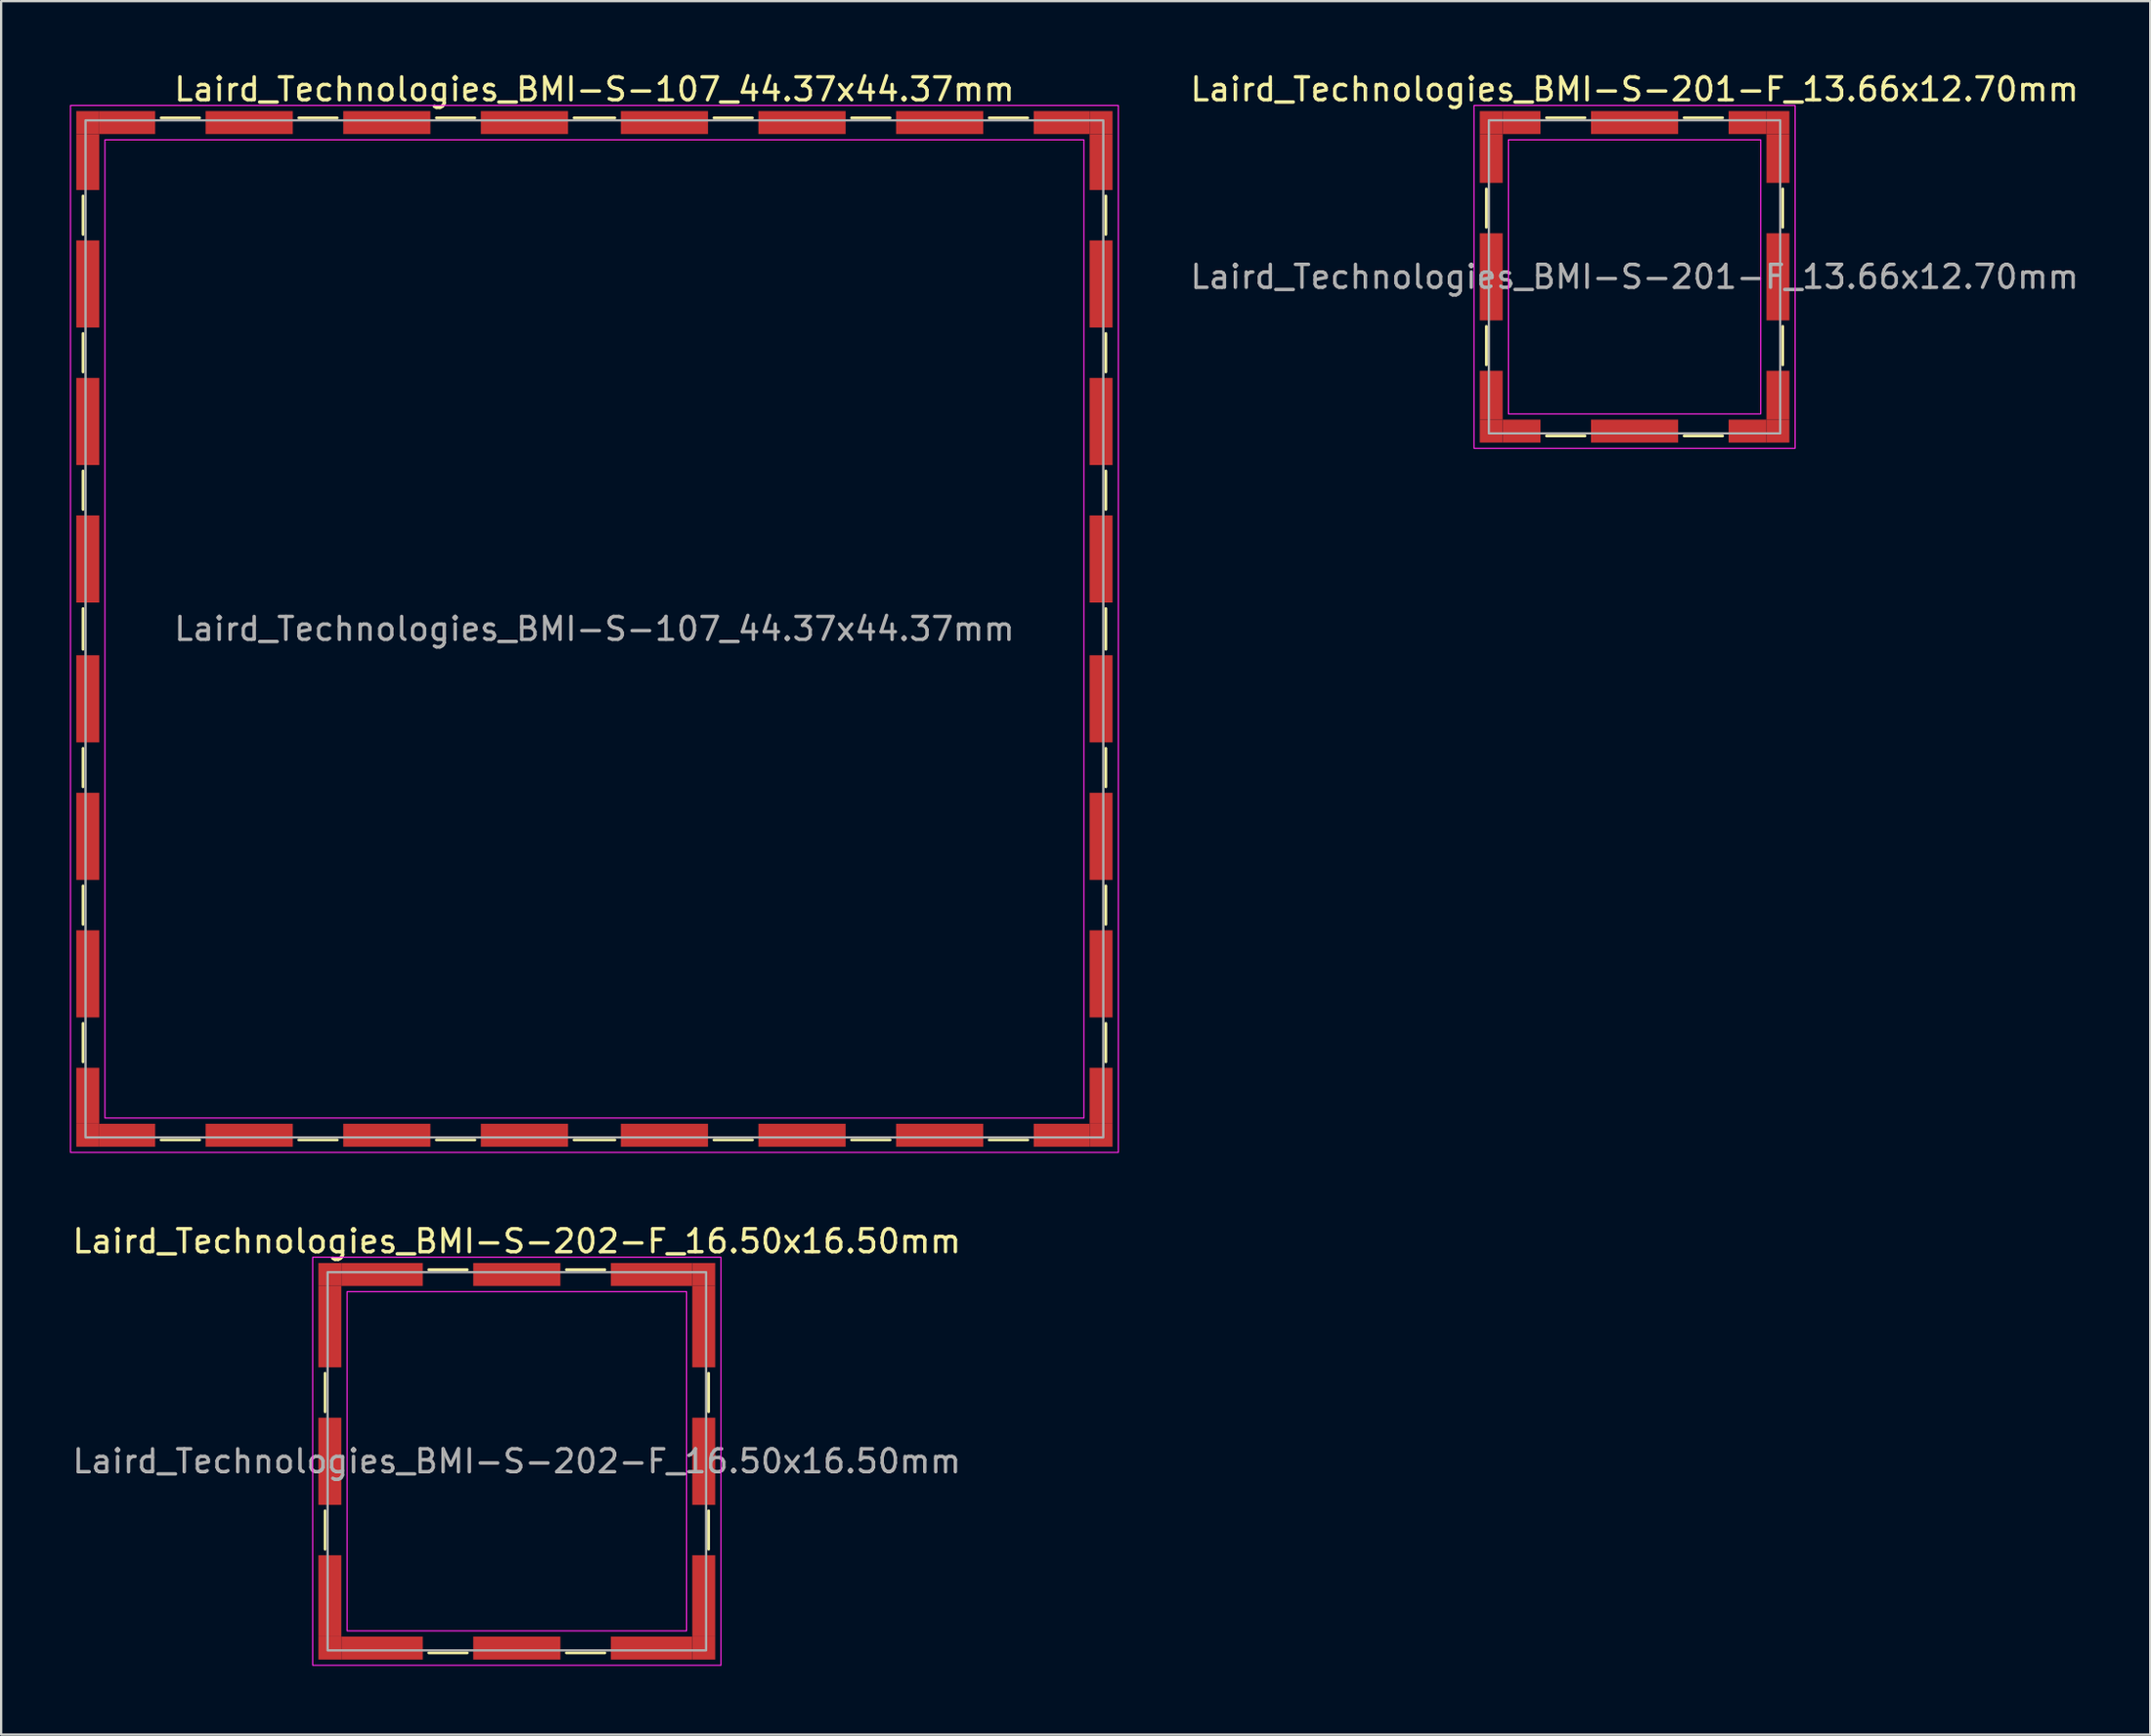
<source format=kicad_pcb>
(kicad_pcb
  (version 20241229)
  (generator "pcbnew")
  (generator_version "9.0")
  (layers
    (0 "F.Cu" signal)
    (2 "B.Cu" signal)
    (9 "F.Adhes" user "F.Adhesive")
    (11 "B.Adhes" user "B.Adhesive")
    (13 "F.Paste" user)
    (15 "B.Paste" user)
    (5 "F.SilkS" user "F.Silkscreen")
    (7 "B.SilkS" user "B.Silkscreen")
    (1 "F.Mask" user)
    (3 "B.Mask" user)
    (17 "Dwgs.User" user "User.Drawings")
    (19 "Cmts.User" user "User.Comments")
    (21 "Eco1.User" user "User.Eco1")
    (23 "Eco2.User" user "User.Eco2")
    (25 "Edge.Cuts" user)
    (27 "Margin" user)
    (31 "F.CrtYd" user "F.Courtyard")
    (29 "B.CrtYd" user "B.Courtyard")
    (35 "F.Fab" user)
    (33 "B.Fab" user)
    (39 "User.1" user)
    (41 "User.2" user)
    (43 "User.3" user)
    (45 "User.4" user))
  (footprint "Laird_Technologies_BMI-S-201-F_13.66x12.70mm"
    (layer "F.Cu")
    (at 68.212 9.028)
    (property "Reference" "Laird_Technologies_BMI-S-201-F_13.66x12.70mm" (at 0 -8.18 0) (layer "F.SilkS") (effects (font (size 1 1) (thickness 0.15))))
    (attr smd)
    (fp_line (start -6.46 -3.84) (end -6.46 -2.16) (stroke (width 0.12) (type solid)) (layer "F.SilkS"))
    (fp_line (start -6.46 2.16) (end -6.46 3.84) (stroke (width 0.12) (type solid)) (layer "F.SilkS"))
    (fp_line (start -3.84 -6.94) (end -2.16 -6.94) (stroke (width 0.12) (type solid)) (layer "F.SilkS"))
    (fp_line (start -3.84 6.94) (end -2.16 6.94) (stroke (width 0.12) (type solid)) (layer "F.SilkS"))
    (fp_line (start 2.16 -6.94) (end 3.84 -6.94) (stroke (width 0.12) (type solid)) (layer "F.SilkS"))
    (fp_line (start 2.16 6.94) (end 3.84 6.94) (stroke (width 0.12) (type solid)) (layer "F.SilkS"))
    (fp_line (start 6.46 -3.84) (end 6.46 -2.16) (stroke (width 0.12) (type solid)) (layer "F.SilkS"))
    (fp_line (start 6.46 2.16) (end 6.46 3.84) (stroke (width 0.12) (type solid)) (layer "F.SilkS"))
    (fp_rect (start -7 -7.48) (end 7 7.48) (stroke (width 0.05) (type solid)) (fill no) (layer "F.CrtYd"))
    (fp_rect (start -5.5 -5.98) (end 5.5 5.98) (stroke (width 0.05) (type solid)) (fill no) (layer "F.CrtYd"))
    (fp_rect (start -6.35 -6.83) (end 6.35 6.83) (stroke (width 0.1) (type solid)) (fill no) (layer "F.Fab"))
    (fp_text user "${REFERENCE}" (at 0 0 0) (layer "F.Fab") (effects (font (size 1 1) (thickness 0.15))))
    (pad "1" smd rect (at -6.25 -6.73) (size 1 1) (layers "F.Cu" "F.Mask" "F.Paste"))
    (pad "1" smd rect (at -6.25 -5.165) (size 1 2.13) (layers "F.Cu" "F.Mask" "F.Paste"))
    (pad "1" smd rect (at -6.25 0) (size 1 3.8) (layers "F.Cu" "F.Mask" "F.Paste"))
    (pad "1" smd rect (at -6.25 5.165) (size 1 2.13) (layers "F.Cu" "F.Mask" "F.Paste"))
    (pad "1" smd rect (at -6.25 6.73) (size 1 1) (layers "F.Cu" "F.Mask" "F.Paste"))
    (pad "1" smd rect (at -4.925 -6.73) (size 1.65 1) (layers "F.Cu" "F.Mask" "F.Paste"))
    (pad "1" smd rect (at -4.925 6.73) (size 1.65 1) (layers "F.Cu" "F.Mask" "F.Paste"))
    (pad "1" smd rect (at 0 -6.73) (size 3.8 1) (layers "F.Cu" "F.Mask" "F.Paste"))
    (pad "1" smd rect (at 0 6.73) (size 3.8 1) (layers "F.Cu" "F.Mask" "F.Paste"))
    (pad "1" smd rect (at 4.925 -6.73) (size 1.65 1) (layers "F.Cu" "F.Mask" "F.Paste"))
    (pad "1" smd rect (at 4.925 6.73) (size 1.65 1) (layers "F.Cu" "F.Mask" "F.Paste"))
    (pad "1" smd rect (at 6.25 -6.73) (size 1 1) (layers "F.Cu" "F.Mask" "F.Paste"))
    (pad "1" smd rect (at 6.25 -5.165) (size 1 2.13) (layers "F.Cu" "F.Mask" "F.Paste"))
    (pad "1" smd rect (at 6.25 0) (size 1 3.8) (layers "F.Cu" "F.Mask" "F.Paste"))
    (pad "1" smd rect (at 6.25 5.165) (size 1 2.13) (layers "F.Cu" "F.Mask" "F.Paste"))
    (pad "1" smd rect (at 6.25 6.73) (size 1 1) (layers "F.Cu" "F.Mask" "F.Paste")))
  (footprint "Laird_Technologies_BMI-S-107_44.37x44.37mm"
    (layer "F.Cu")
    (at 22.865 24.388)
    (property "Reference" "Laird_Technologies_BMI-S-107_44.37x44.37mm" (at 0 -23.54 0) (layer "F.SilkS") (effects (font (size 1 1) (thickness 0.15))))
    (attr smd)
    (fp_line (start -22.295 -18.89) (end -22.295 -17.21) (stroke (width 0.12) (type solid)) (layer "F.SilkS"))
    (fp_line (start -22.295 -12.89) (end -22.295 -11.21) (stroke (width 0.12) (type solid)) (layer "F.SilkS"))
    (fp_line (start -22.295 -6.89) (end -22.295 -5.21) (stroke (width 0.12) (type solid)) (layer "F.SilkS"))
    (fp_line (start -22.295 -0.89) (end -22.295 0.89) (stroke (width 0.12) (type solid)) (layer "F.SilkS"))
    (fp_line (start -22.295 5.21) (end -22.295 6.89) (stroke (width 0.12) (type solid)) (layer "F.SilkS"))
    (fp_line (start -22.295 11.21) (end -22.295 12.89) (stroke (width 0.12) (type solid)) (layer "F.SilkS"))
    (fp_line (start -22.295 17.21) (end -22.295 18.89) (stroke (width 0.12) (type solid)) (layer "F.SilkS"))
    (fp_line (start -18.89 -22.295) (end -17.21 -22.295) (stroke (width 0.12) (type solid)) (layer "F.SilkS"))
    (fp_line (start -18.89 22.295) (end -17.21 22.295) (stroke (width 0.12) (type solid)) (layer "F.SilkS"))
    (fp_line (start -12.89 -22.295) (end -11.21 -22.295) (stroke (width 0.12) (type solid)) (layer "F.SilkS"))
    (fp_line (start -12.89 22.295) (end -11.21 22.295) (stroke (width 0.12) (type solid)) (layer "F.SilkS"))
    (fp_line (start -6.89 -22.295) (end -5.21 -22.295) (stroke (width 0.12) (type solid)) (layer "F.SilkS"))
    (fp_line (start -6.89 22.295) (end -5.21 22.295) (stroke (width 0.12) (type solid)) (layer "F.SilkS"))
    (fp_line (start -0.89 -22.295) (end 0.89 -22.295) (stroke (width 0.12) (type solid)) (layer "F.SilkS"))
    (fp_line (start -0.89 22.295) (end 0.89 22.295) (stroke (width 0.12) (type solid)) (layer "F.SilkS"))
    (fp_line (start 5.21 -22.295) (end 6.89 -22.295) (stroke (width 0.12) (type solid)) (layer "F.SilkS"))
    (fp_line (start 5.21 22.295) (end 6.89 22.295) (stroke (width 0.12) (type solid)) (layer "F.SilkS"))
    (fp_line (start 11.21 -22.295) (end 12.89 -22.295) (stroke (width 0.12) (type solid)) (layer "F.SilkS"))
    (fp_line (start 11.21 22.295) (end 12.89 22.295) (stroke (width 0.12) (type solid)) (layer "F.SilkS"))
    (fp_line (start 17.21 -22.295) (end 18.89 -22.295) (stroke (width 0.12) (type solid)) (layer "F.SilkS"))
    (fp_line (start 17.21 22.295) (end 18.89 22.295) (stroke (width 0.12) (type solid)) (layer "F.SilkS"))
    (fp_line (start 22.295 -18.89) (end 22.295 -17.21) (stroke (width 0.12) (type solid)) (layer "F.SilkS"))
    (fp_line (start 22.295 -12.89) (end 22.295 -11.21) (stroke (width 0.12) (type solid)) (layer "F.SilkS"))
    (fp_line (start 22.295 -6.89) (end 22.295 -5.21) (stroke (width 0.12) (type solid)) (layer "F.SilkS"))
    (fp_line (start 22.295 -0.89) (end 22.295 0.89) (stroke (width 0.12) (type solid)) (layer "F.SilkS"))
    (fp_line (start 22.295 5.21) (end 22.295 6.89) (stroke (width 0.12) (type solid)) (layer "F.SilkS"))
    (fp_line (start 22.295 11.21) (end 22.295 12.89) (stroke (width 0.12) (type solid)) (layer "F.SilkS"))
    (fp_line (start 22.295 17.21) (end 22.295 18.89) (stroke (width 0.12) (type solid)) (layer "F.SilkS"))
    (fp_rect (start -22.84 -22.84) (end 22.84 22.84) (stroke (width 0.05) (type solid)) (fill no) (layer "F.CrtYd"))
    (fp_rect (start -21.34 -21.34) (end 21.34 21.34) (stroke (width 0.05) (type solid)) (fill no) (layer "F.CrtYd"))
    (fp_rect (start -22.185 -22.185) (end 22.185 22.185) (stroke (width 0.1) (type solid)) (fill no) (layer "F.Fab"))
    (fp_text user "${REFERENCE}" (at 0 0 0) (layer "F.Fab") (effects (font (size 1 1) (thickness 0.15))))
    (pad "1" smd rect (at -22.09 -22.09) (size 1 1) (layers "F.Cu" "F.Mask" "F.Paste"))
    (pad "1" smd rect (at -22.09 -20.37) (size 1 2.44) (layers "F.Cu" "F.Mask" "F.Paste"))
    (pad "1" smd rect (at -22.09 -15.05) (size 1 3.8) (layers "F.Cu" "F.Mask" "F.Paste"))
    (pad "1" smd rect (at -22.09 -9.05) (size 1 3.8) (layers "F.Cu" "F.Mask" "F.Paste"))
    (pad "1" smd rect (at -22.09 -3.05) (size 1 3.8) (layers "F.Cu" "F.Mask" "F.Paste"))
    (pad "1" smd rect (at -22.09 3.05) (size 1 3.8) (layers "F.Cu" "F.Mask" "F.Paste"))
    (pad "1" smd rect (at -22.09 9.05) (size 1 3.8) (layers "F.Cu" "F.Mask" "F.Paste"))
    (pad "1" smd rect (at -22.09 15.05) (size 1 3.8) (layers "F.Cu" "F.Mask" "F.Paste"))
    (pad "1" smd rect (at -22.09 20.37) (size 1 2.44) (layers "F.Cu" "F.Mask" "F.Paste"))
    (pad "1" smd rect (at -22.09 22.09) (size 1 1) (layers "F.Cu" "F.Mask" "F.Paste"))
    (pad "1" smd rect (at -20.37 -22.09) (size 2.44 1) (layers "F.Cu" "F.Mask" "F.Paste"))
    (pad "1" smd rect (at -20.37 22.09) (size 2.44 1) (layers "F.Cu" "F.Mask" "F.Paste"))
    (pad "1" smd rect (at -15.05 -22.09) (size 3.8 1) (layers "F.Cu" "F.Mask" "F.Paste"))
    (pad "1" smd rect (at -15.05 22.09) (size 3.8 1) (layers "F.Cu" "F.Mask" "F.Paste"))
    (pad "1" smd rect (at -9.05 -22.09) (size 3.8 1) (layers "F.Cu" "F.Mask" "F.Paste"))
    (pad "1" smd rect (at -9.05 22.09) (size 3.8 1) (layers "F.Cu" "F.Mask" "F.Paste"))
    (pad "1" smd rect (at -3.05 -22.09) (size 3.8 1) (layers "F.Cu" "F.Mask" "F.Paste"))
    (pad "1" smd rect (at -3.05 22.09) (size 3.8 1) (layers "F.Cu" "F.Mask" "F.Paste"))
    (pad "1" smd rect (at 3.05 -22.09) (size 3.8 1) (layers "F.Cu" "F.Mask" "F.Paste"))
    (pad "1" smd rect (at 3.05 22.09) (size 3.8 1) (layers "F.Cu" "F.Mask" "F.Paste"))
    (pad "1" smd rect (at 9.05 -22.09) (size 3.8 1) (layers "F.Cu" "F.Mask" "F.Paste"))
    (pad "1" smd rect (at 9.05 22.09) (size 3.8 1) (layers "F.Cu" "F.Mask" "F.Paste"))
    (pad "1" smd rect (at 15.05 -22.09) (size 3.8 1) (layers "F.Cu" "F.Mask" "F.Paste"))
    (pad "1" smd rect (at 15.05 22.09) (size 3.8 1) (layers "F.Cu" "F.Mask" "F.Paste"))
    (pad "1" smd rect (at 20.37 -22.09) (size 2.44 1) (layers "F.Cu" "F.Mask" "F.Paste"))
    (pad "1" smd rect (at 20.37 22.09) (size 2.44 1) (layers "F.Cu" "F.Mask" "F.Paste"))
    (pad "1" smd rect (at 22.09 -22.09) (size 1 1) (layers "F.Cu" "F.Mask" "F.Paste"))
    (pad "1" smd rect (at 22.09 -20.37) (size 1 2.44) (layers "F.Cu" "F.Mask" "F.Paste"))
    (pad "1" smd rect (at 22.09 -15.05) (size 1 3.8) (layers "F.Cu" "F.Mask" "F.Paste"))
    (pad "1" smd rect (at 22.09 -9.05) (size 1 3.8) (layers "F.Cu" "F.Mask" "F.Paste"))
    (pad "1" smd rect (at 22.09 -3.05) (size 1 3.8) (layers "F.Cu" "F.Mask" "F.Paste"))
    (pad "1" smd rect (at 22.09 3.05) (size 1 3.8) (layers "F.Cu" "F.Mask" "F.Paste"))
    (pad "1" smd rect (at 22.09 9.05) (size 1 3.8) (layers "F.Cu" "F.Mask" "F.Paste"))
    (pad "1" smd rect (at 22.09 15.05) (size 1 3.8) (layers "F.Cu" "F.Mask" "F.Paste"))
    (pad "1" smd rect (at 22.09 20.37) (size 1 2.44) (layers "F.Cu" "F.Mask" "F.Paste"))
    (pad "1" smd rect (at 22.09 22.09) (size 1 1) (layers "F.Cu" "F.Mask" "F.Paste")))
  (footprint "Laird_Technologies_BMI-S-202-F_16.50x16.50mm"
    (layer "F.Cu")
    (at 19.482 60.702)
    (property "Reference" "Laird_Technologies_BMI-S-202-F_16.50x16.50mm" (at 0 -9.6 0) (layer "F.SilkS") (effects (font (size 1 1) (thickness 0.15))))
    (attr smd)
    (fp_line (start -8.36 -3.84) (end -8.36 -2.16) (stroke (width 0.12) (type solid)) (layer "F.SilkS"))
    (fp_line (start -8.36 2.16) (end -8.36 3.84) (stroke (width 0.12) (type solid)) (layer "F.SilkS"))
    (fp_line (start -3.84 -8.36) (end -2.16 -8.36) (stroke (width 0.12) (type solid)) (layer "F.SilkS"))
    (fp_line (start -3.84 8.36) (end -2.16 8.36) (stroke (width 0.12) (type solid)) (layer "F.SilkS"))
    (fp_line (start 2.16 -8.36) (end 3.84 -8.36) (stroke (width 0.12) (type solid)) (layer "F.SilkS"))
    (fp_line (start 2.16 8.36) (end 3.84 8.36) (stroke (width 0.12) (type solid)) (layer "F.SilkS"))
    (fp_line (start 8.36 -3.84) (end 8.36 -2.16) (stroke (width 0.12) (type solid)) (layer "F.SilkS"))
    (fp_line (start 8.36 2.16) (end 8.36 3.84) (stroke (width 0.12) (type solid)) (layer "F.SilkS"))
    (fp_rect (start -8.9 -8.9) (end 8.9 8.9) (stroke (width 0.05) (type solid)) (fill no) (layer "F.CrtYd"))
    (fp_rect (start -7.4 -7.4) (end 7.4 7.4) (stroke (width 0.05) (type solid)) (fill no) (layer "F.CrtYd"))
    (fp_rect (start -8.25 -8.25) (end 8.25 8.25) (stroke (width 0.1) (type solid)) (fill no) (layer "F.Fab"))
    (fp_text user "${REFERENCE}" (at 0 0 0) (layer "F.Fab") (effects (font (size 1 1) (thickness 0.15))))
    (pad "1" smd rect (at -8.15 -8.15) (size 1 1) (layers "F.Cu" "F.Mask" "F.Paste"))
    (pad "1" smd rect (at -8.15 -5.875) (size 1 3.55) (layers "F.Cu" "F.Mask" "F.Paste"))
    (pad "1" smd rect (at -8.15 0) (size 1 3.8) (layers "F.Cu" "F.Mask" "F.Paste"))
    (pad "1" smd rect (at -8.15 5.875) (size 1 3.55) (layers "F.Cu" "F.Mask" "F.Paste"))
    (pad "1" smd rect (at -8.15 8.15) (size 1 1) (layers "F.Cu" "F.Mask" "F.Paste"))
    (pad "1" smd rect (at -5.875 -8.15) (size 3.55 1) (layers "F.Cu" "F.Mask" "F.Paste"))
    (pad "1" smd rect (at -5.875 8.15) (size 3.55 1) (layers "F.Cu" "F.Mask" "F.Paste"))
    (pad "1" smd rect (at 0 -8.15) (size 3.8 1) (layers "F.Cu" "F.Mask" "F.Paste"))
    (pad "1" smd rect (at 0 8.15) (size 3.8 1) (layers "F.Cu" "F.Mask" "F.Paste"))
    (pad "1" smd rect (at 5.875 -8.15) (size 3.55 1) (layers "F.Cu" "F.Mask" "F.Paste"))
    (pad "1" smd rect (at 5.875 8.15) (size 3.55 1) (layers "F.Cu" "F.Mask" "F.Paste"))
    (pad "1" smd rect (at 8.15 -8.15) (size 1 1) (layers "F.Cu" "F.Mask" "F.Paste"))
    (pad "1" smd rect (at 8.15 -5.875) (size 1 3.55) (layers "F.Cu" "F.Mask" "F.Paste"))
    (pad "1" smd rect (at 8.15 0) (size 1 3.8) (layers "F.Cu" "F.Mask" "F.Paste"))
    (pad "1" smd rect (at 8.15 5.875) (size 1 3.55) (layers "F.Cu" "F.Mask" "F.Paste"))
    (pad "1" smd rect (at 8.15 8.15) (size 1 1) (layers "F.Cu" "F.Mask" "F.Paste")))
  (gr_rect
    (start -3 -3)
    (end 90.694 72.626)
    (stroke (width 0.1) (type default))
    (fill no)
    (layer "Edge.Cuts")))
</source>
